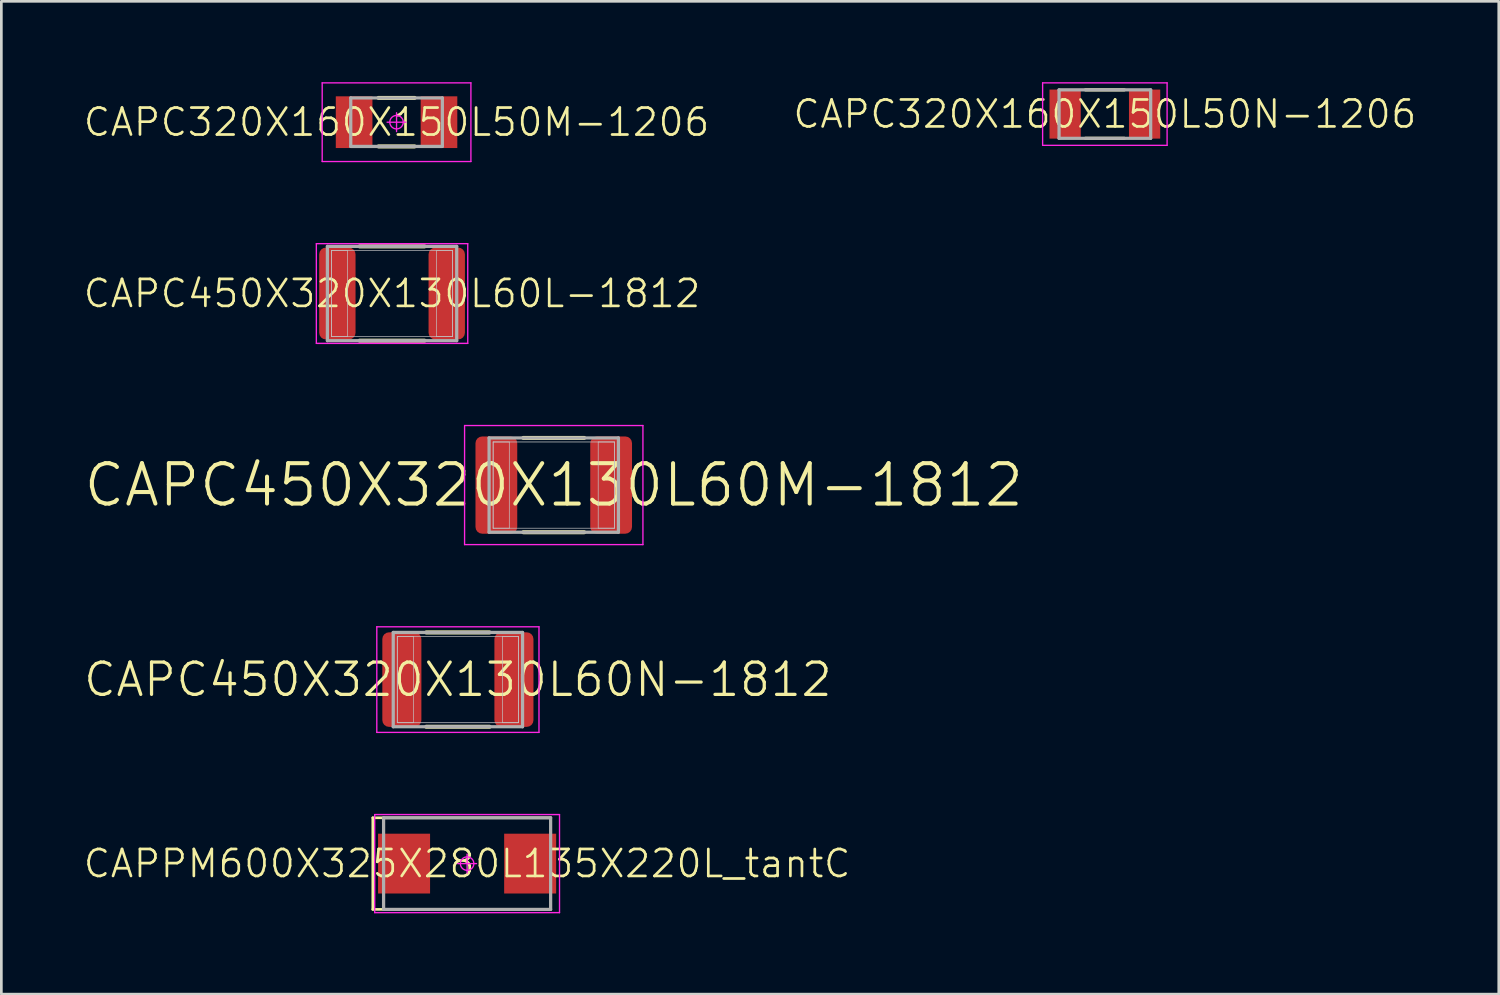
<source format=kicad_pcb>
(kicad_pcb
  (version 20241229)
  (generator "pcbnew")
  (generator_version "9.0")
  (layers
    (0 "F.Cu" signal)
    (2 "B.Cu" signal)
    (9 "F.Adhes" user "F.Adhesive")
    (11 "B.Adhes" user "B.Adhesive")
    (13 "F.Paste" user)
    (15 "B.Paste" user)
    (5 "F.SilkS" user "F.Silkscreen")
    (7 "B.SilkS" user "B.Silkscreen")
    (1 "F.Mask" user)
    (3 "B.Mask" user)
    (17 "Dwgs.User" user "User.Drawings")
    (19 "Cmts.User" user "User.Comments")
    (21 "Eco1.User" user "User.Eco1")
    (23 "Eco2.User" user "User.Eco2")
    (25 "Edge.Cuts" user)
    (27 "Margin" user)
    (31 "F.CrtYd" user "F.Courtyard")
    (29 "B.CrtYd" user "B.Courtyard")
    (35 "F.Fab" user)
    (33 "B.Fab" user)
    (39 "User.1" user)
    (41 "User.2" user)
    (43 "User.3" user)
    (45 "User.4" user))
  (footprint "CAPC450X320X130L60N-1812"
    (layer "F.Cu")
    (at 13.946 22.175)
    (property "Reference" "CAPC450X320X130L60N-1812" (at 0 0 0) (layer "F.SilkS") (effects (font (size 1.2 1.2) (thickness 0.12))))
    (attr smd)
    (fp_line (start -1.175 -1.75) (end 1.175 -1.75) (stroke (width 0.15) (type solid)) (layer "F.SilkS"))
    (fp_line (start -1.175 1.75) (end 1.175 1.75) (stroke (width 0.15) (type solid)) (layer "F.SilkS"))
    (fp_line (start -2.25 -1.6) (end -1.65 -1.6) (stroke (width 0.025) (type solid)) (layer "Dwgs.User"))
    (fp_line (start -2.25 -1.6) (end 2.25 -1.6) (stroke (width 0.025) (type solid)) (layer "Dwgs.User"))
    (fp_line (start -2.25 1.6) (end -2.25 -1.6) (stroke (width 0.025) (type solid)) (layer "Dwgs.User"))
    (fp_line (start -2.25 1.6) (end -2.25 -1.6) (stroke (width 0.025) (type solid)) (layer "Dwgs.User"))
    (fp_line (start -1.65 -1.6) (end -1.65 1.6) (stroke (width 0.025) (type solid)) (layer "Dwgs.User"))
    (fp_line (start -1.65 1.6) (end -2.25 1.6) (stroke (width 0.025) (type solid)) (layer "Dwgs.User"))
    (fp_line (start 1.65 -1.6) (end 2.25 -1.6) (stroke (width 0.025) (type solid)) (layer "Dwgs.User"))
    (fp_line (start 1.65 1.6) (end 1.65 -1.6) (stroke (width 0.025) (type solid)) (layer "Dwgs.User"))
    (fp_line (start 2.25 -1.6) (end 2.25 1.6) (stroke (width 0.025) (type solid)) (layer "Dwgs.User"))
    (fp_line (start 2.25 -1.6) (end 2.25 1.6) (stroke (width 0.025) (type solid)) (layer "Dwgs.User"))
    (fp_line (start 2.25 1.6) (end -2.25 1.6) (stroke (width 0.025) (type solid)) (layer "Dwgs.User"))
    (fp_line (start 2.25 1.6) (end 1.65 1.6) (stroke (width 0.025) (type solid)) (layer "Dwgs.User"))
    (fp_line (start -3.01 -1.96) (end 3.01 -1.96) (stroke (width 0.05) (type solid)) (layer "F.CrtYd"))
    (fp_line (start -3.01 1.96) (end -3.01 -1.96) (stroke (width 0.05) (type solid)) (layer "F.CrtYd"))
    (fp_line (start 3.01 -1.96) (end 3.01 1.96) (stroke (width 0.05) (type solid)) (layer "F.CrtYd"))
    (fp_line (start 3.01 1.96) (end -3.01 1.96) (stroke (width 0.05) (type solid)) (layer "F.CrtYd"))
    (fp_line (start -2.4 -1.75) (end 2.4 -1.75) (stroke (width 0.12) (type solid)) (layer "F.Fab"))
    (fp_line (start -2.4 1.75) (end -2.4 -1.75) (stroke (width 0.12) (type solid)) (layer "F.Fab"))
    (fp_line (start 2.4 -1.75) (end 2.4 1.75) (stroke (width 0.12) (type solid)) (layer "F.Fab"))
    (fp_line (start 2.4 1.75) (end -2.4 1.75) (stroke (width 0.12) (type solid)) (layer "F.Fab"))
    (pad "1" smd roundrect (at -2.08 0) (size 1.45 3.51) (layers "F.Cu" "F.Mask" "F.Paste") (roundrect_rratio 0.172))
    (pad "2" smd roundrect (at 2.08 0) (size 1.45 3.51) (layers "F.Cu" "F.Mask" "F.Paste") (roundrect_rratio 0.172)))
  (footprint "CAPC450X320X130L60L-1812"
    (layer "F.Cu")
    (at 11.502 7.845)
    (property "Reference" "CAPC450X320X130L60L-1812" (at 0 0 0) (layer "F.SilkS") (effects (font (size 1 1) (thickness 0.1))))
    (attr smd)
    (fp_line (start -1.205 -1.75) (end 1.205 -1.75) (stroke (width 0.15) (type solid)) (layer "F.SilkS"))
    (fp_line (start -1.205 1.75) (end 1.205 1.75) (stroke (width 0.15) (type solid)) (layer "F.SilkS"))
    (fp_line (start -2.25 -1.6) (end -1.65 -1.6) (stroke (width 0.025) (type solid)) (layer "Dwgs.User"))
    (fp_line (start -2.25 -1.6) (end 2.25 -1.6) (stroke (width 0.025) (type solid)) (layer "Dwgs.User"))
    (fp_line (start -2.25 1.6) (end -2.25 -1.6) (stroke (width 0.025) (type solid)) (layer "Dwgs.User"))
    (fp_line (start -2.25 1.6) (end -2.25 -1.6) (stroke (width 0.025) (type solid)) (layer "Dwgs.User"))
    (fp_line (start -1.65 -1.6) (end -1.65 1.6) (stroke (width 0.025) (type solid)) (layer "Dwgs.User"))
    (fp_line (start -1.65 1.6) (end -2.25 1.6) (stroke (width 0.025) (type solid)) (layer "Dwgs.User"))
    (fp_line (start 1.65 -1.6) (end 2.25 -1.6) (stroke (width 0.025) (type solid)) (layer "Dwgs.User"))
    (fp_line (start 1.65 1.6) (end 1.65 -1.6) (stroke (width 0.025) (type solid)) (layer "Dwgs.User"))
    (fp_line (start 2.25 -1.6) (end 2.25 1.6) (stroke (width 0.025) (type solid)) (layer "Dwgs.User"))
    (fp_line (start 2.25 -1.6) (end 2.25 1.6) (stroke (width 0.025) (type solid)) (layer "Dwgs.User"))
    (fp_line (start 2.25 1.6) (end -2.25 1.6) (stroke (width 0.025) (type solid)) (layer "Dwgs.User"))
    (fp_line (start 2.25 1.6) (end 1.65 1.6) (stroke (width 0.025) (type solid)) (layer "Dwgs.User"))
    (fp_line (start -2.81 -1.85) (end 2.81 -1.85) (stroke (width 0.05) (type solid)) (layer "F.CrtYd"))
    (fp_line (start -2.81 1.85) (end -2.81 -1.85) (stroke (width 0.05) (type solid)) (layer "F.CrtYd"))
    (fp_line (start 2.81 -1.85) (end 2.81 1.85) (stroke (width 0.05) (type solid)) (layer "F.CrtYd"))
    (fp_line (start 2.81 1.85) (end -2.81 1.85) (stroke (width 0.05) (type solid)) (layer "F.CrtYd"))
    (fp_line (start -2.4 -1.75) (end 2.4 -1.75) (stroke (width 0.12) (type solid)) (layer "F.Fab"))
    (fp_line (start -2.4 1.75) (end -2.4 -1.75) (stroke (width 0.12) (type solid)) (layer "F.Fab"))
    (fp_line (start 2.4 -1.75) (end 2.4 1.75) (stroke (width 0.12) (type solid)) (layer "F.Fab"))
    (fp_line (start 2.4 1.75) (end -2.4 1.75) (stroke (width 0.12) (type solid)) (layer "F.Fab"))
    (pad "1" smd roundrect (at -2.03 0) (size 1.35 3.41) (layers "F.Cu" "F.Mask" "F.Paste") (roundrect_rratio 0.185))
    (pad "2" smd roundrect (at 2.03 0) (size 1.35 3.41) (layers "F.Cu" "F.Mask" "F.Paste") (roundrect_rratio 0.185)))
  (footprint "CAPC320X160X150L50N-1206"
    (layer "F.Cu")
    (at 37.96 1.185)
    (property "Reference" "CAPC320X160X150L50N-1206" (at 0 0 0) (layer "F.SilkS") (effects (font (size 1 1) (thickness 0.1))))
    (attr smd)
    (fp_line (start -0.722 -0.9) (end 0.722 -0.9) (stroke (width 0.12) (type solid)) (layer "F.SilkS"))
    (fp_line (start -0.722 0.9) (end 0.722 0.9) (stroke (width 0.12) (type solid)) (layer "F.SilkS"))
    (fp_line (start -2.31 -1.16) (end 2.31 -1.16) (stroke (width 0.05) (type solid)) (layer "F.CrtYd"))
    (fp_line (start -2.31 1.16) (end -2.31 -1.16) (stroke (width 0.05) (type solid)) (layer "F.CrtYd"))
    (fp_line (start 2.31 -1.16) (end 2.31 1.16) (stroke (width 0.05) (type solid)) (layer "F.CrtYd"))
    (fp_line (start 2.31 1.16) (end -2.31 1.16) (stroke (width 0.05) (type solid)) (layer "F.CrtYd"))
    (fp_line (start -1.7 -0.9) (end 1.7 -0.9) (stroke (width 0.12) (type solid)) (layer "F.Fab"))
    (fp_line (start -1.7 0.9) (end -1.7 -0.9) (stroke (width 0.12) (type solid)) (layer "F.Fab"))
    (fp_line (start 1.7 -0.9) (end 1.7 0.9) (stroke (width 0.12) (type solid)) (layer "F.Fab"))
    (fp_line (start 1.7 0.9) (end -1.7 0.9) (stroke (width 0.12) (type solid)) (layer "F.Fab"))
    (pad "1" smd rect (at -1.475 0) (size 1.16 1.82) (layers "F.Cu" "F.Mask" "F.Paste"))
    (pad "2" smd rect (at 1.475 0) (size 1.16 1.82) (layers "F.Cu" "F.Mask" "F.Paste")))
  (footprint "CAPPM600X325X280L135X220L_tantC"
    (layer "F.Cu")
    (at 14.288 29.005)
    (property "Reference" "CAPPM600X325X280L135X220L_tantC" (at 0 0 0) (layer "F.SilkS") (effects (font (size 1 1) (thickness 0.1))))
    (attr smd)
    (fp_line (start -3.5 -1.7) (end 3.1 -1.7) (stroke (width 0.1) (type solid)) (layer "F.SilkS"))
    (fp_line (start -3.5 1.7) (end -3.5 -1.7) (stroke (width 0.1) (type solid)) (layer "F.SilkS"))
    (fp_line (start 3.1 1.7) (end -3.5 1.7) (stroke (width 0.1) (type solid)) (layer "F.SilkS"))
    (fp_line (start -3.43 -1.82) (end 3.43 -1.82) (stroke (width 0.05) (type solid)) (layer "F.CrtYd"))
    (fp_line (start -3.43 1.82) (end -3.43 -1.82) (stroke (width 0.05) (type solid)) (layer "F.CrtYd"))
    (fp_line (start 0 -0.35) (end 0 0.35) (stroke (width 0.05) (type solid)) (layer "F.CrtYd"))
    (fp_line (start 0.35 0) (end -0.35 0) (stroke (width 0.05) (type solid)) (layer "F.CrtYd"))
    (fp_line (start 3.43 -1.82) (end 3.43 1.82) (stroke (width 0.05) (type solid)) (layer "F.CrtYd"))
    (fp_line (start 3.43 1.82) (end -3.43 1.82) (stroke (width 0.05) (type solid)) (layer "F.CrtYd"))
    (fp_circle (center 0 0) (end 0 0.25) (stroke (width 0.05) (type solid)) (fill no) (layer "F.CrtYd"))
    (fp_line (start -3.1 -1.7) (end 3.1 -1.7) (stroke (width 0.12) (type solid)) (layer "F.Fab"))
    (fp_line (start -3.1 1.7) (end -3.1 -1.7) (stroke (width 0.12) (type solid)) (layer "F.Fab"))
    (fp_line (start 3.1 -1.7) (end 3.1 1.7) (stroke (width 0.12) (type solid)) (layer "F.Fab"))
    (fp_line (start 3.1 1.7) (end -3.1 1.7) (stroke (width 0.12) (type solid)) (layer "F.Fab"))
    (pad "1" smd rect (at -2.34 0) (size 1.93 2.22) (layers "F.Cu" "F.Mask" "F.Paste"))
    (pad "2" smd rect (at 2.34 0) (size 1.93 2.22) (layers "F.Cu" "F.Mask" "F.Paste")))
  (footprint "CAPC320X160X150L50M-1206"
    (layer "F.Cu")
    (at 11.669 1.485)
    (property "Reference" "CAPC320X160X150L50M-1206" (at 0 0 0) (layer "F.SilkS") (effects (font (size 1 1) (thickness 0.1))))
    (attr smd)
    (fp_line (start -0.67 -0.9) (end 0.67 -0.9) (stroke (width 0.15) (type solid)) (layer "F.SilkS"))
    (fp_line (start -0.67 0.9) (end 0.67 0.9) (stroke (width 0.15) (type solid)) (layer "F.SilkS"))
    (fp_line (start -2.76 -1.46) (end 2.76 -1.46) (stroke (width 0.05) (type solid)) (layer "F.CrtYd"))
    (fp_line (start -2.76 1.46) (end -2.76 -1.46) (stroke (width 0.05) (type solid)) (layer "F.CrtYd"))
    (fp_line (start 0 -0.35) (end 0 0.35) (stroke (width 0.05) (type solid)) (layer "F.CrtYd"))
    (fp_line (start 0.35 0) (end -0.35 0) (stroke (width 0.05) (type solid)) (layer "F.CrtYd"))
    (fp_line (start 2.76 -1.46) (end 2.76 1.46) (stroke (width 0.05) (type solid)) (layer "F.CrtYd"))
    (fp_line (start 2.76 1.46) (end -2.76 1.46) (stroke (width 0.05) (type solid)) (layer "F.CrtYd"))
    (fp_circle (center 0 0) (end 0 0.25) (stroke (width 0.05) (type solid)) (fill no) (layer "F.CrtYd"))
    (fp_line (start -1.7 -0.9) (end 1.7 -0.9) (stroke (width 0.12) (type solid)) (layer "F.Fab"))
    (fp_line (start -1.7 0.9) (end -1.7 -0.9) (stroke (width 0.12) (type solid)) (layer "F.Fab"))
    (fp_line (start 1.7 -0.9) (end 1.7 0.9) (stroke (width 0.12) (type solid)) (layer "F.Fab"))
    (fp_line (start 1.7 0.9) (end -1.7 0.9) (stroke (width 0.12) (type solid)) (layer "F.Fab"))
    (pad "1" smd rect (at -1.575 0) (size 1.36 1.92) (layers "F.Cu" "F.Mask" "F.Paste"))
    (pad "2" smd rect (at 1.575 0) (size 1.36 1.92) (layers "F.Cu" "F.Mask" "F.Paste")))
  (footprint "CAPC450X320X130L60M-1812"
    (layer "F.Cu")
    (at 17.504 14.955)
    (property "Reference" "CAPC450X320X130L60M-1812" (at 0 0 0) (layer "F.SilkS") (effects (font (size 1.5 1.5) (thickness 0.15))))
    (attr smd)
    (fp_line (start -1.13 -1.75) (end 1.13 -1.75) (stroke (width 0.15) (type solid)) (layer "F.SilkS"))
    (fp_line (start -1.13 1.75) (end 1.13 1.75) (stroke (width 0.15) (type solid)) (layer "F.SilkS"))
    (fp_line (start -2.25 -1.6) (end -1.65 -1.6) (stroke (width 0.025) (type solid)) (layer "Dwgs.User"))
    (fp_line (start -2.25 -1.6) (end 2.25 -1.6) (stroke (width 0.025) (type solid)) (layer "Dwgs.User"))
    (fp_line (start -2.25 1.6) (end -2.25 -1.6) (stroke (width 0.025) (type solid)) (layer "Dwgs.User"))
    (fp_line (start -2.25 1.6) (end -2.25 -1.6) (stroke (width 0.025) (type solid)) (layer "Dwgs.User"))
    (fp_line (start -1.65 -1.6) (end -1.65 1.6) (stroke (width 0.025) (type solid)) (layer "Dwgs.User"))
    (fp_line (start -1.65 1.6) (end -2.25 1.6) (stroke (width 0.025) (type solid)) (layer "Dwgs.User"))
    (fp_line (start 1.65 -1.6) (end 2.25 -1.6) (stroke (width 0.025) (type solid)) (layer "Dwgs.User"))
    (fp_line (start 1.65 1.6) (end 1.65 -1.6) (stroke (width 0.025) (type solid)) (layer "Dwgs.User"))
    (fp_line (start 2.25 -1.6) (end 2.25 1.6) (stroke (width 0.025) (type solid)) (layer "Dwgs.User"))
    (fp_line (start 2.25 -1.6) (end 2.25 1.6) (stroke (width 0.025) (type solid)) (layer "Dwgs.User"))
    (fp_line (start 2.25 1.6) (end -2.25 1.6) (stroke (width 0.025) (type solid)) (layer "Dwgs.User"))
    (fp_line (start 2.25 1.6) (end 1.65 1.6) (stroke (width 0.025) (type solid)) (layer "Dwgs.User"))
    (fp_line (start -3.31 -2.21) (end 3.31 -2.21) (stroke (width 0.05) (type solid)) (layer "F.CrtYd"))
    (fp_line (start -3.31 2.21) (end -3.31 -2.21) (stroke (width 0.05) (type solid)) (layer "F.CrtYd"))
    (fp_line (start 3.31 -2.21) (end 3.31 2.21) (stroke (width 0.05) (type solid)) (layer "F.CrtYd"))
    (fp_line (start 3.31 2.21) (end -3.31 2.21) (stroke (width 0.05) (type solid)) (layer "F.CrtYd"))
    (fp_line (start -2.4 -1.75) (end 2.4 -1.75) (stroke (width 0.12) (type solid)) (layer "F.Fab"))
    (fp_line (start -2.4 1.75) (end -2.4 -1.75) (stroke (width 0.12) (type solid)) (layer "F.Fab"))
    (fp_line (start 2.4 -1.75) (end 2.4 1.75) (stroke (width 0.12) (type solid)) (layer "F.Fab"))
    (fp_line (start 2.4 1.75) (end -2.4 1.75) (stroke (width 0.12) (type solid)) (layer "F.Fab"))
    (pad "1" smd roundrect (at -2.13 0) (size 1.55 3.61) (layers "F.Cu" "F.Mask" "F.Paste") (roundrect_rratio 0.161))
    (pad "2" smd roundrect (at 2.13 0) (size 1.55 3.61) (layers "F.Cu" "F.Mask" "F.Paste") (roundrect_rratio 0.161)))
  (gr_rect
    (start -3 -3)
    (end 52.581 33.85)
    (stroke (width 0.1) (type default))
    (fill no)
    (layer "Edge.Cuts")))
</source>
